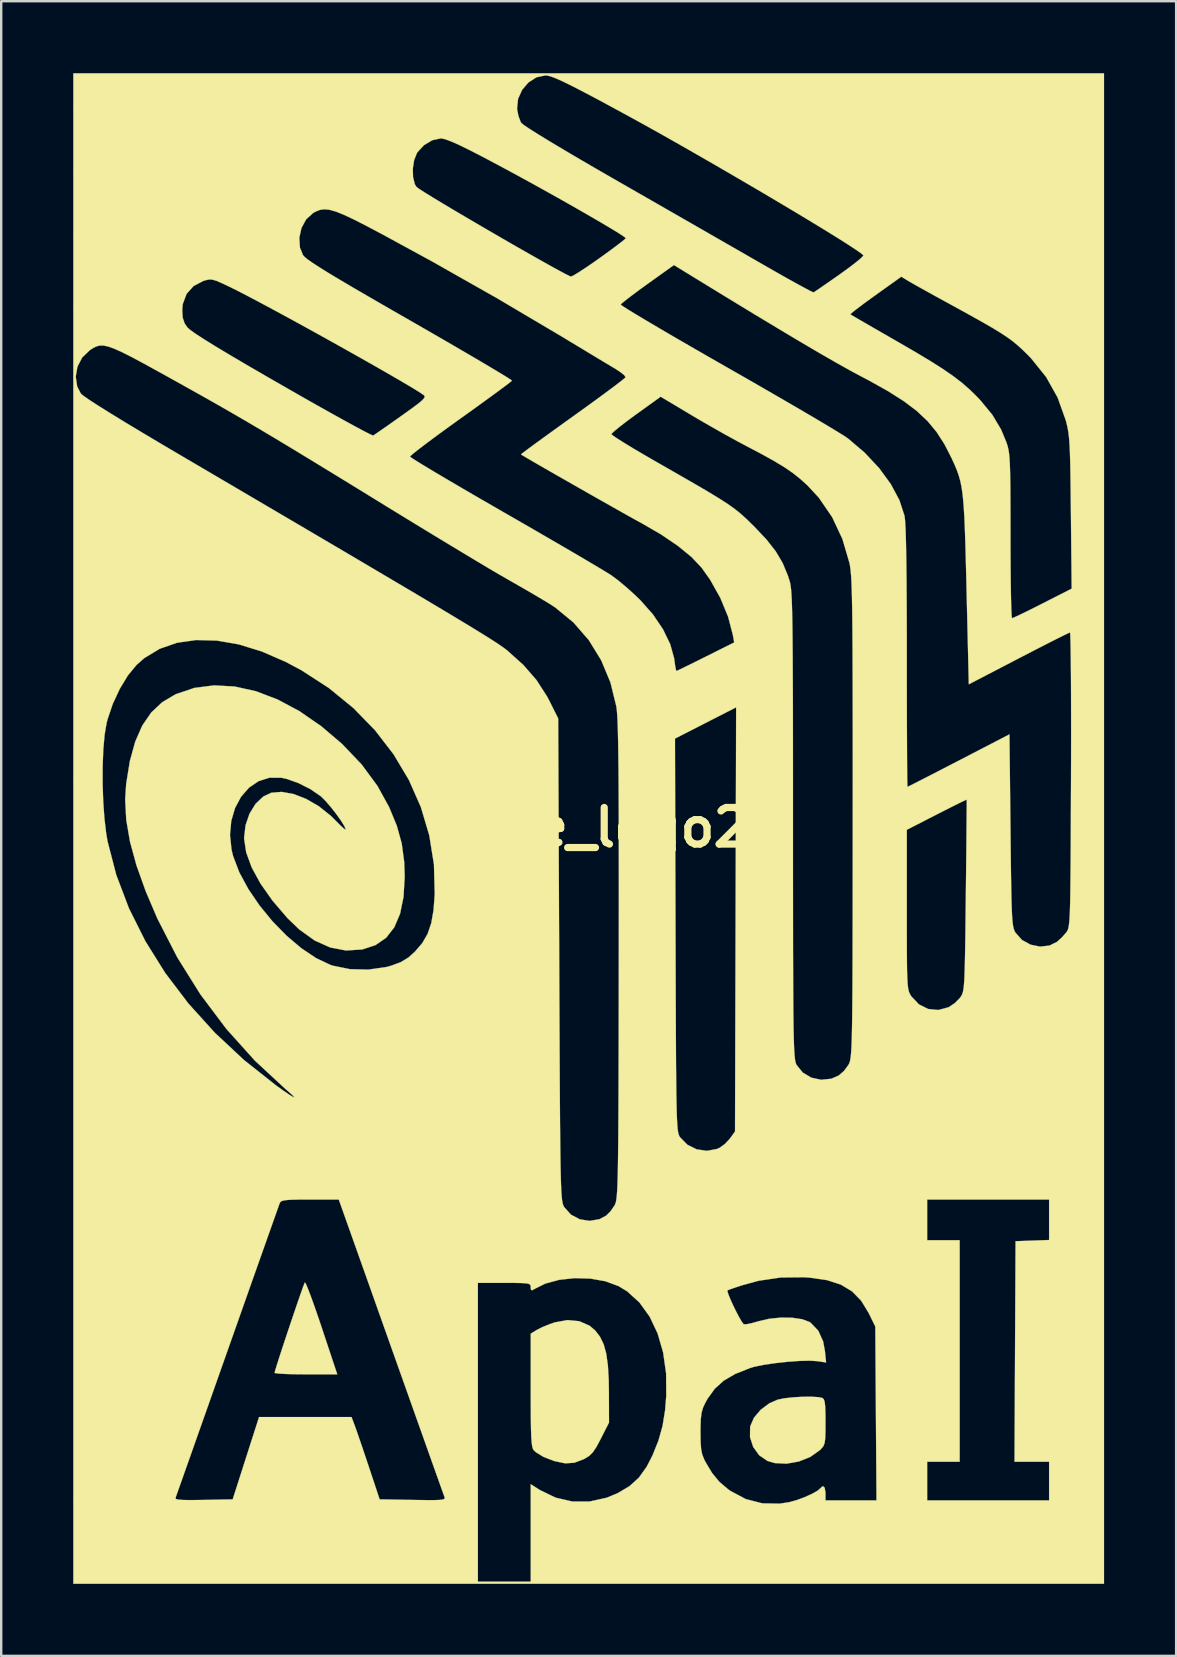
<source format=kicad_pcb>
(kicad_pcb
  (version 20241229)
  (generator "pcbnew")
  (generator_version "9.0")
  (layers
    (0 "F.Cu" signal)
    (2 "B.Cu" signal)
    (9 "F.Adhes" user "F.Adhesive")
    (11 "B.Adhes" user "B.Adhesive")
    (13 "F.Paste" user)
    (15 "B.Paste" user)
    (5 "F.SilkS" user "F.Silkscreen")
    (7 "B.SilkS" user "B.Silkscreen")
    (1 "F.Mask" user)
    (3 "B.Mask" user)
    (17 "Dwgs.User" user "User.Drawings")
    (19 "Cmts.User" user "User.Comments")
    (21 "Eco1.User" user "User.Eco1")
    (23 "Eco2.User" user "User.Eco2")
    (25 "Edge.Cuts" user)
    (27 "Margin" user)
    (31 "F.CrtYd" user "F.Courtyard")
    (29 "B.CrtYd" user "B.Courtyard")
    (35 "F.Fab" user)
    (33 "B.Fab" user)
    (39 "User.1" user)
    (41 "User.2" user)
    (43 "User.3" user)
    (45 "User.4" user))
  (footprint "white_logo2"
    (layer "F.Cu")
    (at 21.426 31.416)
    (property "Reference" "white_logo2" (at 0 0 0) (layer "F.SilkS") (effects (font (size 1.524 1.524) (thickness 0.3))))
    (attr through_hole)
    (fp_poly (pts (xy -11.737 19.006) (xy -11.652 19.205) (xy -11.53 19.524) (xy -11.38 19.94) (xy -11.209 20.434) (xy -11.076 20.83) (xy -10.429 22.775) (xy -11.734 22.775) (xy -12.182 22.771) (xy -12.564 22.761) (xy -12.85 22.745) (xy -13.013 22.724) (xy -13.039 22.712) (xy -13.013 22.609) (xy -12.941 22.374) (xy -12.834 22.037) (xy -12.699 21.624) (xy -12.547 21.163) (xy -12.386 20.684) (xy -12.227 20.213) (xy -12.079 19.778) (xy -11.95 19.407) (xy -11.851 19.129) (xy -11.79 18.971) (xy -11.777 18.946) (xy -11.737 19.006)) (stroke (width 0.01) (type solid)) (fill yes) (layer "F.SilkS"))
    (fp_poly (pts (xy 9.619 23.726) (xy 9.772 23.758) (xy 9.832 23.808) (xy 9.871 23.921) (xy 9.894 24.127) (xy 9.904 24.454) (xy 9.906 24.758) (xy 9.904 25.172) (xy 9.894 25.453) (xy 9.868 25.638) (xy 9.82 25.762) (xy 9.741 25.862) (xy 9.673 25.93) (xy 9.274 26.214) (xy 8.793 26.406) (xy 8.283 26.495) (xy 7.793 26.471) (xy 7.486 26.38) (xy 7.143 26.145) (xy 6.895 25.8) (xy 6.762 25.392) (xy 6.767 24.964) (xy 6.775 24.927) (xy 6.929 24.58) (xy 7.207 24.25) (xy 7.566 23.982) (xy 7.909 23.831) (xy 8.186 23.774) (xy 8.548 23.733) (xy 8.942 23.71) (xy 9.317 23.707) (xy 9.619 23.726)) (stroke (width 0.01) (type solid)) (fill yes) (layer "F.SilkS"))
    (fp_poly (pts (xy -0.35 20.562) (xy 0.076 20.747) (xy 0.314 20.948) (xy 0.516 21.212) (xy 0.668 21.527) (xy 0.775 21.917) (xy 0.843 22.408) (xy 0.878 23.024) (xy 0.885 23.505) (xy 0.889 24.784) (xy 0.55 25.452) (xy 0.368 25.793) (xy 0.218 26.019) (xy 0.064 26.171) (xy -0.126 26.29) (xy -0.166 26.31) (xy -0.555 26.457) (xy -0.936 26.482) (xy -1.375 26.39) (xy -1.397 26.383) (xy -1.837 26.215) (xy -2.147 26.026) (xy -2.237 25.945) (xy -2.277 25.886) (xy -2.308 25.785) (xy -2.332 25.624) (xy -2.349 25.384) (xy -2.36 25.046) (xy -2.367 24.59) (xy -2.37 23.999) (xy -2.371 23.445) (xy -2.371 21.08) (xy -2.11 20.921) (xy -1.879 20.805) (xy -1.569 20.68) (xy -1.372 20.612) (xy -0.841 20.515) (xy -0.35 20.562)) (stroke (width 0.01) (type solid)) (fill yes) (layer "F.SilkS"))
    (fp_poly (pts (xy 21.505 31.496) (xy -21.421 31.496) (xy -21.421 27.921) (xy -17.167 27.921) (xy -17.149 27.965) (xy -17.044 27.993) (xy -16.832 28.009) (xy -16.492 28.012) (xy -16.003 28.006) (xy -15.996 28.006) (xy -14.785 27.982) (xy -13.686 24.553) (xy -9.835 24.553) (xy -9.7 24.913) (xy -9.627 25.116) (xy -9.514 25.443) (xy -9.372 25.858) (xy -9.215 26.325) (xy -9.114 26.628) (xy -8.664 27.982) (xy -7.285 28.006) (xy -6.773 28.013) (xy -6.407 28.014) (xy -6.165 28.006) (xy -6.024 27.987) (xy -5.962 27.955) (xy -5.954 27.909) (xy -5.961 27.888) (xy -5.997 27.787) (xy -6.086 27.54) (xy -6.222 27.158) (xy -6.402 26.654) (xy -6.62 26.04) (xy -6.872 25.33) (xy -7.155 24.536) (xy -7.462 23.67) (xy -7.791 22.746) (xy -8.136 21.774) (xy -8.191 21.62) (xy -9.133 18.965) (xy -4.572 18.965) (xy -4.572 31.411) (xy -2.371 31.411) (xy -2.371 27.351) (xy -1.987 27.595) (xy -1.333 27.912) (xy -0.638 28.072) (xy 0.078 28.072) (xy 0.796 27.913) (xy 1.246 27.727) (xy 1.739 27.435) (xy 2.131 27.081) (xy 2.457 26.626) (xy 2.701 26.151) (xy 2.949 25.534) (xy 3.046 25.188) (xy 4.699 25.188) (xy 4.705 25.603) (xy 4.726 25.896) (xy 4.773 26.118) (xy 4.852 26.317) (xy 4.902 26.416) (xy 5.185 26.889) (xy 5.485 27.252) (xy 5.849 27.561) (xy 5.952 27.634) (xy 6.589 27.972) (xy 7.273 28.148) (xy 7.995 28.161) (xy 8.399 28.099) (xy 8.712 28.012) (xy 9.046 27.888) (xy 9.354 27.748) (xy 9.588 27.614) (xy 9.693 27.518) (xy 9.793 27.43) (xy 9.87 27.494) (xy 9.905 27.69) (xy 9.906 27.728) (xy 9.906 28.025) (xy 12.03 28.025) (xy 11.98 20.782) (xy 11.701 20.215) (xy 11.393 19.71) (xy 11.015 19.321) (xy 10.546 19.038) (xy 9.969 18.851) (xy 9.263 18.749) (xy 9.007 18.732) (xy 8.038 18.742) (xy 7.123 18.877) (xy 6.435 19.065) (xy 6.149 19.159) (xy 5.928 19.235) (xy 5.822 19.277) (xy 5.831 19.361) (xy 5.903 19.551) (xy 6.016 19.809) (xy 6.151 20.092) (xy 6.289 20.359) (xy 6.41 20.57) (xy 6.494 20.684) (xy 6.502 20.69) (xy 6.614 20.689) (xy 6.837 20.643) (xy 7.118 20.564) (xy 7.573 20.459) (xy 8.058 20.411) (xy 8.528 20.419) (xy 8.938 20.481) (xy 9.241 20.595) (xy 9.286 20.625) (xy 9.607 20.961) (xy 9.808 21.406) (xy 9.882 21.805) (xy 9.931 22.281) (xy 9.558 22.225) (xy 9.242 22.206) (xy 8.811 22.217) (xy 8.314 22.253) (xy 7.802 22.31) (xy 7.323 22.381) (xy 6.929 22.462) (xy 6.762 22.511) (xy 6.146 22.758) (xy 5.668 23.037) (xy 5.294 23.374) (xy 4.991 23.795) (xy 4.899 23.961) (xy 4.803 24.167) (xy 4.743 24.377) (xy 4.712 24.637) (xy 4.7 24.998) (xy 4.699 25.188) (xy 3.046 25.188) (xy 3.119 24.928) (xy 3.225 24.27) (xy 3.274 23.663) (xy 3.267 22.733) (xy 3.144 21.864) (xy 2.914 21.072) (xy 2.583 20.374) (xy 2.159 19.784) (xy 1.648 19.32) (xy 1.288 19.101) (xy 0.741 18.898) (xy 0.116 18.788) (xy -0.54 18.768) (xy -1.183 18.838) (xy -1.765 18.996) (xy -2.18 19.201) (xy -2.318 19.277) (xy -2.366 19.239) (xy -2.371 19.144) (xy -2.378 19.071) (xy -2.419 19.021) (xy -2.52 18.99) (xy -2.707 18.974) (xy -3.01 18.967) (xy -3.453 18.965) (xy -3.471 18.965) (xy -4.572 18.965) (xy -9.133 18.965) (xy -10.366 15.494) (xy -11.566 15.494) (xy -12.045 15.496) (xy -12.381 15.504) (xy -12.6 15.522) (xy -12.731 15.552) (xy -12.799 15.598) (xy -12.825 15.642) (xy -12.862 15.744) (xy -12.95 15.993) (xy -13.086 16.376) (xy -13.265 16.881) (xy -13.482 17.495) (xy -13.733 18.204) (xy -14.014 18.997) (xy -14.319 19.861) (xy -14.644 20.782) (xy -14.986 21.749) (xy -15.004 21.802) (xy -15.346 22.769) (xy -15.671 23.691) (xy -15.976 24.555) (xy -16.257 25.348) (xy -16.507 26.059) (xy -16.725 26.673) (xy -16.903 27.179) (xy -17.04 27.564) (xy -17.129 27.815) (xy -17.166 27.92) (xy -17.167 27.921) (xy -21.421 27.921) (xy -21.421 -1.829) (xy -20.202 -1.829) (xy -20.177 -1.086) (xy -20.127 -0.378) (xy -20.052 0.255) (xy -19.998 0.57) (xy -19.632 1.979) (xy -19.104 3.37) (xy -18.422 4.734) (xy -17.595 6.058) (xy -16.628 7.332) (xy -15.531 8.545) (xy -14.311 9.686) (xy -12.975 10.744) (xy -12.75 10.906) (xy -12.444 11.117) (xy -12.264 11.227) (xy -12.214 11.238) (xy -12.295 11.147) (xy -12.51 10.956) (xy -12.573 10.903) (xy -13.859 9.711) (xy -15.047 8.389) (xy -16.128 6.951) (xy -17.09 5.412) (xy -17.924 3.786) (xy -18.402 2.667) (xy -18.791 1.579) (xy -19.062 0.589) (xy -19.218 -0.321) (xy -19.263 -1.169) (xy -19.221 -1.815) (xy -19.067 -2.769) (xy -18.845 -3.575) (xy -18.551 -4.245) (xy -18.178 -4.789) (xy -17.72 -5.219) (xy -17.172 -5.544) (xy -17.154 -5.553) (xy -16.382 -5.814) (xy -15.562 -5.92) (xy -14.704 -5.873) (xy -13.818 -5.677) (xy -12.915 -5.333) (xy -12.004 -4.846) (xy -11.096 -4.219) (xy -10.232 -3.484) (xy -9.417 -2.63) (xy -8.756 -1.733) (xy -8.268 -0.847) (xy -7.948 -0.071) (xy -7.744 0.666) (xy -7.641 1.433) (xy -7.621 2.049) (xy -7.669 2.889) (xy -7.813 3.59) (xy -8.054 4.157) (xy -8.394 4.592) (xy -8.835 4.897) (xy -9.378 5.076) (xy -9.395 5.079) (xy -10.063 5.122) (xy -10.724 4.996) (xy -11.375 4.703) (xy -12.016 4.242) (xy -12.503 3.773) (xy -13.126 3.045) (xy -13.625 2.337) (xy -13.993 1.662) (xy -14.223 1.034) (xy -14.308 0.465) (xy -14.309 0.43) (xy -14.249 -0.094) (xy -14.084 -0.576) (xy -13.832 -0.985) (xy -13.512 -1.289) (xy -13.181 -1.447) (xy -12.746 -1.484) (xy -12.25 -1.395) (xy -11.723 -1.191) (xy -11.2 -0.888) (xy -10.71 -0.498) (xy -10.541 -0.332) (xy -10.326 -0.114) (xy -10.164 0.036) (xy -10.081 0.093) (xy -10.075 0.088) (xy -10.127 -0.049) (xy -10.265 -0.274) (xy -10.459 -0.548) (xy -10.681 -0.833) (xy -10.903 -1.092) (xy -11.096 -1.285) (xy -11.126 -1.31) (xy -11.55 -1.601) (xy -12.043 -1.85) (xy -12.532 -2.024) (xy -12.754 -2.073) (xy -13.253 -2.075) (xy -13.708 -1.931) (xy -14.106 -1.659) (xy -14.437 -1.28) (xy -14.686 -0.813) (xy -14.844 -0.277) (xy -14.897 0.308) (xy -14.833 0.922) (xy -14.767 1.191) (xy -14.51 1.866) (xy -14.135 2.56) (xy -13.667 3.248) (xy -13.128 3.906) (xy -12.54 4.507) (xy -11.928 5.026) (xy -11.314 5.438) (xy -10.721 5.719) (xy -10.609 5.756) (xy -9.897 5.9) (xy -9.138 5.918) (xy -8.398 5.813) (xy -8.168 5.751) (xy -7.773 5.602) (xy -7.462 5.411) (xy -7.198 5.174) (xy -6.891 4.818) (xy -6.667 4.431) (xy -6.513 3.979) (xy -6.417 3.427) (xy -6.37 2.775) (xy -6.402 1.538) (xy -6.597 0.327) (xy -6.946 -0.848) (xy -7.444 -1.977) (xy -8.083 -3.048) (xy -8.856 -4.051) (xy -9.757 -4.976) (xy -10.779 -5.811) (xy -11.915 -6.547) (xy -12.573 -6.898) (xy -13.568 -7.331) (xy -14.529 -7.627) (xy -15.445 -7.786) (xy -16.307 -7.809) (xy -17.104 -7.695) (xy -17.826 -7.444) (xy -18.463 -7.058) (xy -18.792 -6.769) (xy -19.15 -6.333) (xy -19.487 -5.777) (xy -19.778 -5.152) (xy -19.996 -4.508) (xy -20.038 -4.342) (xy -20.119 -3.864) (xy -20.173 -3.258) (xy -20.2 -2.567) (xy -20.202 -1.829) (xy -21.421 -1.829) (xy -21.421 -18.778) (xy -21.322 -18.778) (xy -21.261 -18.369) (xy -21.11 -18.074) (xy -20.998 -17.979) (xy -20.748 -17.805) (xy -20.368 -17.559) (xy -19.867 -17.246) (xy -19.255 -16.871) (xy -18.54 -16.441) (xy -17.732 -15.96) (xy -17.096 -15.585) (xy -15.443 -14.614) (xy -13.929 -13.724) (xy -12.549 -12.913) (xy -11.296 -12.176) (xy -10.164 -11.509) (xy -9.146 -10.908) (xy -8.236 -10.37) (xy -7.427 -9.892) (xy -6.714 -9.468) (xy -6.09 -9.096) (xy -5.548 -8.771) (xy -5.082 -8.49) (xy -4.687 -8.249) (xy -4.354 -8.045) (xy -4.079 -7.872) (xy -3.855 -7.729) (xy -3.675 -7.609) (xy -3.533 -7.511) (xy -3.423 -7.431) (xy -3.36 -7.382) (xy -2.675 -6.768) (xy -2.129 -6.138) (xy -1.691 -5.459) (xy -1.585 -5.256) (xy -1.228 -4.543) (xy -1.185 5.497) (xy -1.179 7.012) (xy -1.173 8.366) (xy -1.167 9.57) (xy -1.162 10.632) (xy -1.156 11.562) (xy -1.15 12.369) (xy -1.143 13.061) (xy -1.136 13.649) (xy -1.128 14.141) (xy -1.119 14.547) (xy -1.109 14.876) (xy -1.097 15.137) (xy -1.084 15.339) (xy -1.069 15.492) (xy -1.051 15.605) (xy -1.032 15.687) (xy -1.011 15.747) (xy -0.987 15.795) (xy -0.976 15.812) (xy -0.696 16.124) (xy -0.33 16.318) (xy 0.079 16.384) (xy 0.489 16.314) (xy 0.764 16.17) (xy 0.957 15.979) (xy 1.125 15.731) (xy 1.139 15.701) (xy 1.162 15.645) (xy 1.181 15.57) (xy 1.194 15.494) (xy 14.139 15.494) (xy 14.139 17.187) (xy 15.494 17.187) (xy 15.494 26.416) (xy 14.139 26.416) (xy 14.139 28.025) (xy 19.219 28.025) (xy 19.219 26.416) (xy 17.779 26.416) (xy 17.8 21.823) (xy 17.822 17.23) (xy 19.219 17.18) (xy 19.219 15.494) (xy 14.139 15.494) (xy 1.194 15.494) (xy 1.199 15.466) (xy 1.214 15.324) (xy 1.228 15.135) (xy 1.24 14.89) (xy 1.25 14.578) (xy 1.259 14.192) (xy 1.266 13.721) (xy 1.273 13.157) (xy 1.278 12.49) (xy 1.282 11.71) (xy 1.286 10.81) (xy 1.289 9.779) (xy 1.292 8.608) (xy 1.294 7.288) (xy 1.296 5.809) (xy 1.296 5.518) (xy 1.298 3.945) (xy 1.299 2.532) (xy 1.298 1.271) (xy 1.297 0.154) (xy 1.294 -0.828) (xy 1.29 -1.684) (xy 1.284 -2.421) (xy 1.277 -3.05) (xy 1.269 -3.577) (xy 1.266 -3.704) (xy 3.637 -3.704) (xy 3.66 4.477) (xy 3.664 5.837) (xy 3.668 7.037) (xy 3.672 8.089) (xy 3.676 9.002) (xy 3.68 9.787) (xy 3.686 10.454) (xy 3.692 11.013) (xy 3.7 11.474) (xy 3.709 11.848) (xy 3.72 12.144) (xy 3.733 12.374) (xy 3.747 12.547) (xy 3.765 12.674) (xy 3.785 12.764) (xy 3.807 12.829) (xy 3.833 12.878) (xy 3.849 12.902) (xy 4.152 13.212) (xy 4.54 13.404) (xy 4.965 13.467) (xy 5.385 13.388) (xy 5.501 13.336) (xy 5.715 13.18) (xy 5.919 12.964) (xy 5.941 12.934) (xy 6.138 12.658) (xy 6.161 3.826) (xy 6.184 -5.006) (xy 4.911 -4.355) (xy 3.637 -3.704) (xy 1.266 -3.704) (xy 1.259 -4.013) (xy 1.247 -4.365) (xy 1.234 -4.642) (xy 1.218 -4.852) (xy 1.201 -5.005) (xy 1.196 -5.038) (xy 0.95 -6.039) (xy 0.564 -6.966) (xy 0.048 -7.805) (xy -0.591 -8.54) (xy -1.34 -9.157) (xy -1.525 -9.28) (xy -1.789 -9.441) (xy -2.162 -9.663) (xy -2.603 -9.92) (xy -3.075 -10.191) (xy -3.359 -10.353) (xy -3.68 -10.538) (xy -4.127 -10.801) (xy -4.679 -11.131) (xy -5.319 -11.515) (xy -6.027 -11.943) (xy -6.785 -12.403) (xy -7.573 -12.884) (xy -8.373 -13.374) (xy -8.693 -13.571) (xy -9.774 -14.236) (xy -10.729 -14.821) (xy -11.576 -15.338) (xy -12.332 -15.797) (xy -13.016 -16.209) (xy -13.645 -16.584) (xy -14.236 -16.932) (xy -14.809 -17.265) (xy -15.379 -17.592) (xy -15.966 -17.925) (xy -16.587 -18.273) (xy -17.125 -18.573) (xy -17.877 -18.99) (xy -18.496 -19.331) (xy -19 -19.6) (xy -19.404 -19.803) (xy -19.723 -19.946) (xy -19.974 -20.035) (xy -20.172 -20.076) (xy -20.334 -20.073) (xy -20.474 -20.034) (xy -20.61 -19.963) (xy -20.743 -19.875) (xy -21.055 -19.573) (xy -21.251 -19.193) (xy -21.322 -18.778) (xy -21.421 -18.778) (xy -21.421 -21.559) (xy -16.887 -21.559) (xy -16.867 -21.236) (xy -16.787 -20.998) (xy -16.679 -20.837) (xy -16.563 -20.731) (xy -16.33 -20.564) (xy -15.974 -20.333) (xy -15.491 -20.034) (xy -14.876 -19.665) (xy -14.125 -19.223) (xy -13.231 -18.705) (xy -12.742 -18.424) (xy -12.016 -18.008) (xy -11.333 -17.62) (xy -10.707 -17.269) (xy -10.154 -16.962) (xy -9.686 -16.706) (xy -9.319 -16.51) (xy -9.066 -16.381) (xy -8.942 -16.328) (xy -8.932 -16.327) (xy -8.837 -16.389) (xy -8.63 -16.532) (xy -8.336 -16.736) (xy -7.982 -16.986) (xy -7.766 -17.139) (xy -7.358 -17.43) (xy -7.073 -17.642) (xy -6.894 -17.791) (xy -6.804 -17.891) (xy -6.787 -17.959) (xy -6.825 -18.01) (xy -6.835 -18.017) (xy -7.03 -18.148) (xy -7.357 -18.348) (xy -7.795 -18.607) (xy -8.326 -18.915) (xy -8.931 -19.261) (xy -9.593 -19.636) (xy -10.291 -20.028) (xy -11.007 -20.427) (xy -11.723 -20.823) (xy -12.419 -21.205) (xy -13.078 -21.562) (xy -13.68 -21.885) (xy -14.207 -22.163) (xy -14.64 -22.386) (xy -14.859 -22.494) (xy -15.218 -22.665) (xy -15.464 -22.771) (xy -15.637 -22.821) (xy -15.778 -22.825) (xy -15.926 -22.791) (xy -16.011 -22.764) (xy -16.416 -22.551) (xy -16.706 -22.224) (xy -16.863 -21.806) (xy -16.887 -21.559) (xy -21.421 -21.559) (xy -21.421 -24.562) (xy -12.011 -24.562) (xy -11.984 -24.153) (xy -11.859 -23.844) (xy -11.791 -23.767) (xy -11.659 -23.659) (xy -11.454 -23.515) (xy -11.166 -23.328) (xy -10.786 -23.092) (xy -10.303 -22.802) (xy -9.708 -22.451) (xy -8.992 -22.035) (xy -8.145 -21.546) (xy -7.413 -21.126) (xy -6.636 -20.679) (xy -5.904 -20.256) (xy -5.232 -19.865) (xy -4.631 -19.514) (xy -4.115 -19.209) (xy -3.697 -18.959) (xy -3.389 -18.771) (xy -3.204 -18.653) (xy -3.153 -18.612) (xy -3.225 -18.55) (xy -3.418 -18.402) (xy -3.715 -18.181) (xy -4.1 -17.9) (xy -4.555 -17.57) (xy -5.063 -17.204) (xy -5.292 -17.041) (xy -5.817 -16.663) (xy -6.294 -16.315) (xy -6.706 -16.008) (xy -7.037 -15.756) (xy -7.271 -15.571) (xy -7.389 -15.466) (xy -7.401 -15.448) (xy -7.328 -15.392) (xy -7.122 -15.26) (xy -6.796 -15.06) (xy -6.363 -14.8) (xy -5.836 -14.488) (xy -5.231 -14.133) (xy -4.559 -13.742) (xy -3.835 -13.324) (xy -3.464 -13.11) (xy -2.699 -12.67) (xy -1.962 -12.244) (xy -1.271 -11.843) (xy -0.642 -11.476) (xy -0.09 -11.152) (xy 0.369 -10.88) (xy 0.719 -10.67) (xy 0.944 -10.531) (xy 0.992 -10.5) (xy 1.28 -10.285) (xy 1.631 -9.991) (xy 1.991 -9.665) (xy 2.2 -9.463) (xy 2.719 -8.875) (xy 3.137 -8.257) (xy 3.436 -7.642) (xy 3.599 -7.058) (xy 3.612 -6.964) (xy 3.647 -6.716) (xy 3.679 -6.555) (xy 3.696 -6.519) (xy 3.779 -6.555) (xy 3.986 -6.655) (xy 4.291 -6.804) (xy 4.669 -6.991) (xy 4.915 -7.114) (xy 6.103 -7.709) (xy 6.047 -8.024) (xy 5.848 -8.784) (xy 5.523 -9.569) (xy 5.099 -10.325) (xy 4.741 -10.828) (xy 4.325 -11.267) (xy 3.76 -11.73) (xy 3.059 -12.206) (xy 2.238 -12.682) (xy 2.213 -12.695) (xy 1.982 -12.821) (xy 1.647 -13.008) (xy 1.229 -13.243) (xy 0.749 -13.515) (xy 0.229 -13.809) (xy -0.309 -14.115) (xy -0.844 -14.421) (xy -1.355 -14.712) (xy -1.819 -14.979) (xy -2.215 -15.207) (xy -2.521 -15.386) (xy -2.717 -15.502) (xy -2.776 -15.539) (xy -2.716 -15.591) (xy -2.534 -15.729) (xy -2.246 -15.941) (xy -1.869 -16.216) (xy -1.638 -16.383) (xy 0.989 -16.383) (xy 1.06 -16.319) (xy 1.258 -16.185) (xy 1.564 -15.993) (xy 1.958 -15.754) (xy 2.42 -15.483) (xy 2.802 -15.262) (xy 3.581 -14.817) (xy 4.229 -14.444) (xy 4.762 -14.135) (xy 5.197 -13.877) (xy 5.549 -13.66) (xy 5.836 -13.474) (xy 6.072 -13.308) (xy 6.275 -13.151) (xy 6.46 -12.992) (xy 6.644 -12.822) (xy 6.842 -12.628) (xy 6.941 -12.531) (xy 7.448 -11.995) (xy 7.833 -11.503) (xy 8.121 -11.017) (xy 8.338 -10.496) (xy 8.416 -10.25) (xy 8.437 -10.166) (xy 8.456 -10.055) (xy 8.472 -9.91) (xy 8.487 -9.721) (xy 8.5 -9.478) (xy 8.511 -9.173) (xy 8.52 -8.794) (xy 8.528 -8.334) (xy 8.534 -7.783) (xy 8.539 -7.132) (xy 8.543 -6.37) (xy 8.547 -5.489) (xy 8.549 -4.479) (xy 8.55 -3.331) (xy 8.551 -2.035) (xy 8.551 -0.583) (xy 8.551 -0.089) (xy 8.551 1.403) (xy 8.552 2.735) (xy 8.553 3.916) (xy 8.554 4.956) (xy 8.557 5.865) (xy 8.56 6.65) (xy 8.564 7.323) (xy 8.569 7.891) (xy 8.576 8.365) (xy 8.584 8.754) (xy 8.594 9.066) (xy 8.605 9.313) (xy 8.618 9.502) (xy 8.634 9.643) (xy 8.651 9.746) (xy 8.671 9.82) (xy 8.693 9.874) (xy 8.7 9.888) (xy 8.961 10.209) (xy 9.317 10.419) (xy 9.726 10.507) (xy 10.145 10.464) (xy 10.458 10.328) (xy 10.681 10.134) (xy 10.865 9.88) (xy 10.885 9.841) (xy 10.908 9.786) (xy 10.929 9.715) (xy 10.947 9.62) (xy 10.963 9.491) (xy 10.977 9.319) (xy 10.989 9.095) (xy 11 8.809) (xy 11.008 8.452) (xy 11.016 8.014) (xy 11.022 7.487) (xy 11.027 6.862) (xy 11.031 6.128) (xy 11.034 5.277) (xy 11.036 4.3) (xy 11.038 3.186) (xy 11.039 1.928) (xy 11.04 0.515) (xy 11.04 0.095) (xy 13.293 0.095) (xy 13.293 3.421) (xy 13.293 4.259) (xy 13.294 4.944) (xy 13.297 5.494) (xy 13.302 5.925) (xy 13.312 6.255) (xy 13.326 6.5) (xy 13.345 6.677) (xy 13.37 6.804) (xy 13.403 6.897) (xy 13.444 6.974) (xy 13.485 7.036) (xy 13.797 7.367) (xy 14.18 7.558) (xy 14.602 7.601) (xy 15.031 7.486) (xy 15.038 7.483) (xy 15.291 7.314) (xy 15.508 7.092) (xy 15.517 7.08) (xy 15.561 7.016) (xy 15.597 6.946) (xy 15.628 6.855) (xy 15.652 6.729) (xy 15.673 6.551) (xy 15.689 6.308) (xy 15.702 5.982) (xy 15.713 5.56) (xy 15.723 5.027) (xy 15.733 4.365) (xy 15.742 3.562) (xy 15.751 2.836) (xy 15.76 2.033) (xy 15.768 1.283) (xy 15.775 0.603) (xy 15.78 0.01) (xy 15.785 -0.48) (xy 15.788 -0.849) (xy 15.789 -1.082) (xy 15.788 -1.162) (xy 15.715 -1.132) (xy 15.515 -1.036) (xy 15.216 -0.887) (xy 14.841 -0.698) (xy 14.537 -0.543) (xy 13.293 0.095) (xy 11.04 0.095) (xy 11.04 -0.423) (xy 11.041 -1.948) (xy 11.041 -3.312) (xy 11.04 -4.526) (xy 11.038 -5.6) (xy 11.036 -6.541) (xy 11.033 -7.361) (xy 11.028 -8.069) (xy 11.023 -8.674) (xy 11.016 -9.185) (xy 11.007 -9.612) (xy 10.997 -9.965) (xy 10.986 -10.253) (xy 10.972 -10.485) (xy 10.956 -10.672) (xy 10.939 -10.822) (xy 10.919 -10.945) (xy 10.906 -11.012) (xy 10.61 -12.02) (xy 10.18 -12.934) (xy 9.624 -13.744) (xy 9.156 -14.248) (xy 8.858 -14.518) (xy 8.549 -14.764) (xy 8.198 -15.005) (xy 7.777 -15.26) (xy 7.257 -15.549) (xy 6.689 -15.848) (xy 6.234 -16.09) (xy 5.691 -16.389) (xy 5.115 -16.715) (xy 4.563 -17.035) (xy 4.336 -17.17) (xy 3.041 -17.944) (xy 2.015 -17.206) (xy 1.656 -16.942) (xy 1.351 -16.708) (xy 1.126 -16.524) (xy 1.004 -16.408) (xy 0.989 -16.383) (xy -1.638 -16.383) (xy -1.419 -16.541) (xy -0.912 -16.906) (xy -0.623 -17.113) (xy -0.089 -17.497) (xy 0.399 -17.851) (xy 0.825 -18.165) (xy 1.171 -18.424) (xy 1.421 -18.616) (xy 1.558 -18.73) (xy 1.579 -18.754) (xy 1.526 -18.838) (xy 1.362 -18.971) (xy 1.162 -19.101) (xy 0.966 -19.218) (xy 0.651 -19.407) (xy 0.242 -19.653) (xy -0.233 -19.94) (xy -0.749 -20.251) (xy -1.115 -20.472) (xy -3.327 -21.781) (xy 1.376 -21.781) (xy 1.443 -21.727) (xy 1.645 -21.596) (xy 1.969 -21.397) (xy 2.403 -21.137) (xy 2.934 -20.823) (xy 3.55 -20.462) (xy 4.239 -20.063) (xy 4.987 -19.632) (xy 5.783 -19.176) (xy 5.861 -19.132) (xy 6.678 -18.665) (xy 7.462 -18.213) (xy 8.2 -17.786) (xy 8.877 -17.392) (xy 9.478 -17.039) (xy 9.989 -16.735) (xy 10.396 -16.489) (xy 10.684 -16.311) (xy 10.837 -16.208) (xy 11.535 -15.614) (xy 12.137 -14.972) (xy 12.626 -14.303) (xy 12.985 -13.631) (xy 13.198 -12.979) (xy 13.199 -12.971) (xy 13.222 -12.77) (xy 13.242 -12.402) (xy 13.258 -11.865) (xy 13.271 -11.16) (xy 13.281 -10.287) (xy 13.288 -9.245) (xy 13.292 -8.034) (xy 13.293 -7.108) (xy 13.293 -6.168) (xy 13.294 -5.279) (xy 13.296 -4.456) (xy 13.299 -3.714) (xy 13.302 -3.066) (xy 13.305 -2.526) (xy 13.309 -2.11) (xy 13.314 -1.829) (xy 13.318 -1.7) (xy 13.32 -1.693) (xy 13.399 -1.731) (xy 13.609 -1.836) (xy 13.931 -2) (xy 14.345 -2.213) (xy 14.832 -2.464) (xy 15.373 -2.743) (xy 15.458 -2.787) (xy 17.568 -3.881) (xy 17.611 0.113) (xy 17.621 1.042) (xy 17.63 1.816) (xy 17.64 2.452) (xy 17.65 2.964) (xy 17.663 3.368) (xy 17.677 3.678) (xy 17.695 3.911) (xy 17.716 4.081) (xy 17.742 4.203) (xy 17.773 4.293) (xy 17.81 4.366) (xy 17.82 4.382) (xy 18.09 4.684) (xy 18.446 4.88) (xy 18.843 4.961) (xy 19.236 4.917) (xy 19.545 4.763) (xy 19.754 4.575) (xy 19.934 4.37) (xy 19.967 4.322) (xy 19.996 4.267) (xy 20.02 4.191) (xy 20.041 4.084) (xy 20.059 3.933) (xy 20.074 3.726) (xy 20.086 3.451) (xy 20.096 3.097) (xy 20.104 2.651) (xy 20.11 2.102) (xy 20.116 1.437) (xy 20.121 0.645) (xy 20.125 -0.286) (xy 20.129 -1.369) (xy 20.132 -1.996) (xy 20.135 -2.998) (xy 20.136 -3.949) (xy 20.135 -4.836) (xy 20.133 -5.645) (xy 20.129 -6.363) (xy 20.123 -6.977) (xy 20.116 -7.473) (xy 20.108 -7.839) (xy 20.099 -8.06) (xy 20.089 -8.125) (xy 20 -8.086) (xy 19.78 -7.979) (xy 19.45 -7.814) (xy 19.03 -7.601) (xy 18.54 -7.349) (xy 17.999 -7.069) (xy 17.949 -7.043) (xy 15.875 -5.965) (xy 15.781 -9.904) (xy 15.757 -10.879) (xy 15.735 -11.701) (xy 15.712 -12.389) (xy 15.688 -12.959) (xy 15.658 -13.43) (xy 15.623 -13.817) (xy 15.579 -14.138) (xy 15.526 -14.411) (xy 15.459 -14.653) (xy 15.379 -14.88) (xy 15.283 -15.111) (xy 15.168 -15.363) (xy 15.151 -15.4) (xy 14.858 -15.97) (xy 14.535 -16.472) (xy 14.16 -16.925) (xy 13.713 -17.346) (xy 13.174 -17.754) (xy 12.522 -18.169) (xy 11.736 -18.609) (xy 11.416 -18.777) (xy 10.946 -19.029) (xy 10.368 -19.352) (xy 9.678 -19.749) (xy 8.871 -20.223) (xy 7.94 -20.779) (xy 6.953 -21.374) (xy 10.941 -21.374) (xy 11.019 -21.325) (xy 11.225 -21.204) (xy 11.539 -21.022) (xy 11.942 -20.789) (xy 12.413 -20.518) (xy 12.914 -20.23) (xy 13.665 -19.795) (xy 14.287 -19.421) (xy 14.802 -19.094) (xy 15.23 -18.798) (xy 15.594 -18.518) (xy 15.915 -18.238) (xy 16.214 -17.944) (xy 16.36 -17.79) (xy 16.856 -17.186) (xy 17.221 -16.574) (xy 17.447 -16.027) (xy 17.488 -15.897) (xy 17.522 -15.759) (xy 17.549 -15.593) (xy 17.57 -15.382) (xy 17.585 -15.109) (xy 17.596 -14.756) (xy 17.604 -14.305) (xy 17.608 -13.739) (xy 17.61 -13.04) (xy 17.611 -12.191) (xy 17.611 -12.136) (xy 17.612 -11.394) (xy 17.617 -10.708) (xy 17.623 -10.094) (xy 17.632 -9.572) (xy 17.643 -9.159) (xy 17.655 -8.872) (xy 17.669 -8.73) (xy 17.674 -8.718) (xy 17.768 -8.754) (xy 17.985 -8.854) (xy 18.298 -9.006) (xy 18.682 -9.197) (xy 18.948 -9.332) (xy 20.159 -9.948) (xy 20.127 -13.123) (xy 20.118 -13.951) (xy 20.109 -14.63) (xy 20.099 -15.178) (xy 20.086 -15.616) (xy 20.07 -15.963) (xy 20.049 -16.239) (xy 20.022 -16.464) (xy 19.988 -16.656) (xy 19.946 -16.837) (xy 19.913 -16.963) (xy 19.573 -17.911) (xy 19.096 -18.763) (xy 18.472 -19.539) (xy 18.33 -19.685) (xy 18.119 -19.892) (xy 17.921 -20.074) (xy 17.715 -20.245) (xy 17.484 -20.415) (xy 17.207 -20.598) (xy 16.867 -20.806) (xy 16.444 -21.05) (xy 15.919 -21.344) (xy 15.273 -21.7) (xy 14.901 -21.903) (xy 14.454 -22.148) (xy 14.041 -22.377) (xy 13.692 -22.572) (xy 13.438 -22.716) (xy 13.326 -22.782) (xy 13.063 -22.943) (xy 11.987 -22.174) (xy 11.621 -21.909) (xy 11.313 -21.68) (xy 11.084 -21.504) (xy 10.958 -21.397) (xy 10.941 -21.374) (xy 6.953 -21.374) (xy 6.88 -21.418) (xy 5.687 -22.144) (xy 4.908 -22.621) (xy 3.593 -23.427) (xy 2.497 -22.643) (xy 2.123 -22.372) (xy 1.801 -22.131) (xy 1.554 -21.94) (xy 1.407 -21.816) (xy 1.376 -21.781) (xy -3.327 -21.781) (xy -3.769 -22.043) (xy -6.486 -23.582) (xy -8.521 -24.691) (xy -9.183 -25.042) (xy -9.718 -25.315) (xy -10.144 -25.517) (xy -10.48 -25.652) (xy -10.747 -25.728) (xy -10.963 -25.751) (xy -11.148 -25.725) (xy -11.32 -25.658) (xy -11.43 -25.598) (xy -11.722 -25.335) (xy -11.919 -24.973) (xy -12.011 -24.562) (xy -21.421 -24.562) (xy -21.421 -27.445) (xy -7.282 -27.445) (xy -7.273 -27.091) (xy -7.201 -26.798) (xy -7.133 -26.683) (xy -7.032 -26.607) (xy -6.803 -26.459) (xy -6.467 -26.251) (xy -6.04 -25.993) (xy -5.542 -25.696) (xy -4.991 -25.371) (xy -4.407 -25.029) (xy -3.807 -24.68) (xy -3.211 -24.335) (xy -2.636 -24.006) (xy -2.102 -23.703) (xy -1.627 -23.436) (xy -1.23 -23.217) (xy -0.929 -23.056) (xy -0.743 -22.964) (xy -0.693 -22.947) (xy -0.589 -22.993) (xy -0.374 -23.123) (xy -0.076 -23.318) (xy 0.28 -23.562) (xy 0.492 -23.712) (xy 0.863 -23.979) (xy 1.181 -24.215) (xy 1.422 -24.4) (xy 1.564 -24.516) (xy 1.59 -24.545) (xy 1.525 -24.602) (xy 1.329 -24.732) (xy 1.019 -24.923) (xy 0.611 -25.166) (xy 0.122 -25.451) (xy -0.429 -25.768) (xy -1.027 -26.108) (xy -1.655 -26.46) (xy -2.294 -26.815) (xy -2.921 -27.158) (xy -3.716 -27.587) (xy -4.376 -27.937) (xy -4.913 -28.213) (xy -5.339 -28.422) (xy -5.667 -28.568) (xy -5.908 -28.659) (xy -6.073 -28.699) (xy -6.119 -28.702) (xy -6.473 -28.626) (xy -6.815 -28.422) (xy -7.089 -28.126) (xy -7.112 -28.089) (xy -7.228 -27.798) (xy -7.282 -27.445) (xy -21.421 -27.445) (xy -21.421 -29.943) (xy -2.941 -29.943) (xy -2.938 -29.91) (xy -2.882 -29.63) (xy -2.791 -29.389) (xy -2.767 -29.349) (xy -2.666 -29.264) (xy -2.428 -29.103) (xy -2.063 -28.873) (xy -1.583 -28.579) (xy -0.998 -28.229) (xy -0.32 -27.829) (xy 0.442 -27.386) (xy 1.276 -26.905) (xy 1.286 -26.9) (xy 2.119 -26.422) (xy 2.977 -25.93) (xy 3.838 -25.436) (xy 4.674 -24.956) (xy 5.463 -24.503) (xy 6.178 -24.092) (xy 6.796 -23.737) (xy 7.28 -23.459) (xy 7.817 -23.152) (xy 8.306 -22.875) (xy 8.729 -22.64) (xy 9.066 -22.457) (xy 9.297 -22.336) (xy 9.405 -22.288) (xy 9.409 -22.288) (xy 9.495 -22.342) (xy 9.693 -22.476) (xy 9.977 -22.673) (xy 10.322 -22.914) (xy 10.486 -23.029) (xy 10.844 -23.287) (xy 11.143 -23.515) (xy 11.362 -23.694) (xy 11.474 -23.805) (xy 11.485 -23.828) (xy 11.403 -23.905) (xy 11.187 -24.057) (xy 10.852 -24.277) (xy 10.41 -24.557) (xy 9.876 -24.887) (xy 9.262 -25.261) (xy 8.583 -25.67) (xy 7.851 -26.106) (xy 7.082 -26.561) (xy 6.287 -27.026) (xy 5.482 -27.495) (xy 4.679 -27.958) (xy 3.892 -28.408) (xy 3.135 -28.837) (xy 2.422 -29.235) (xy 1.82 -29.567) (xy 1.005 -30.01) (xy 0.324 -30.377) (xy -0.236 -30.672) (xy -0.688 -30.904) (xy -1.044 -31.078) (xy -1.319 -31.201) (xy -1.524 -31.279) (xy -1.673 -31.318) (xy -1.756 -31.327) (xy -2.129 -31.248) (xy -2.464 -31.035) (xy -2.73 -30.724) (xy -2.899 -30.348) (xy -2.941 -29.943) (xy -21.421 -29.943) (xy -21.421 -31.411) (xy 21.505 -31.411) (xy 21.505 31.496)) (stroke (width 0.01) (type solid)) (fill yes) (layer "F.SilkS")))
  (gr_rect
    (start -3 -3)
    (end 45.936 65.917)
    (stroke (width 0.1) (type default))
    (fill no)
    (layer "Edge.Cuts")))
</source>
